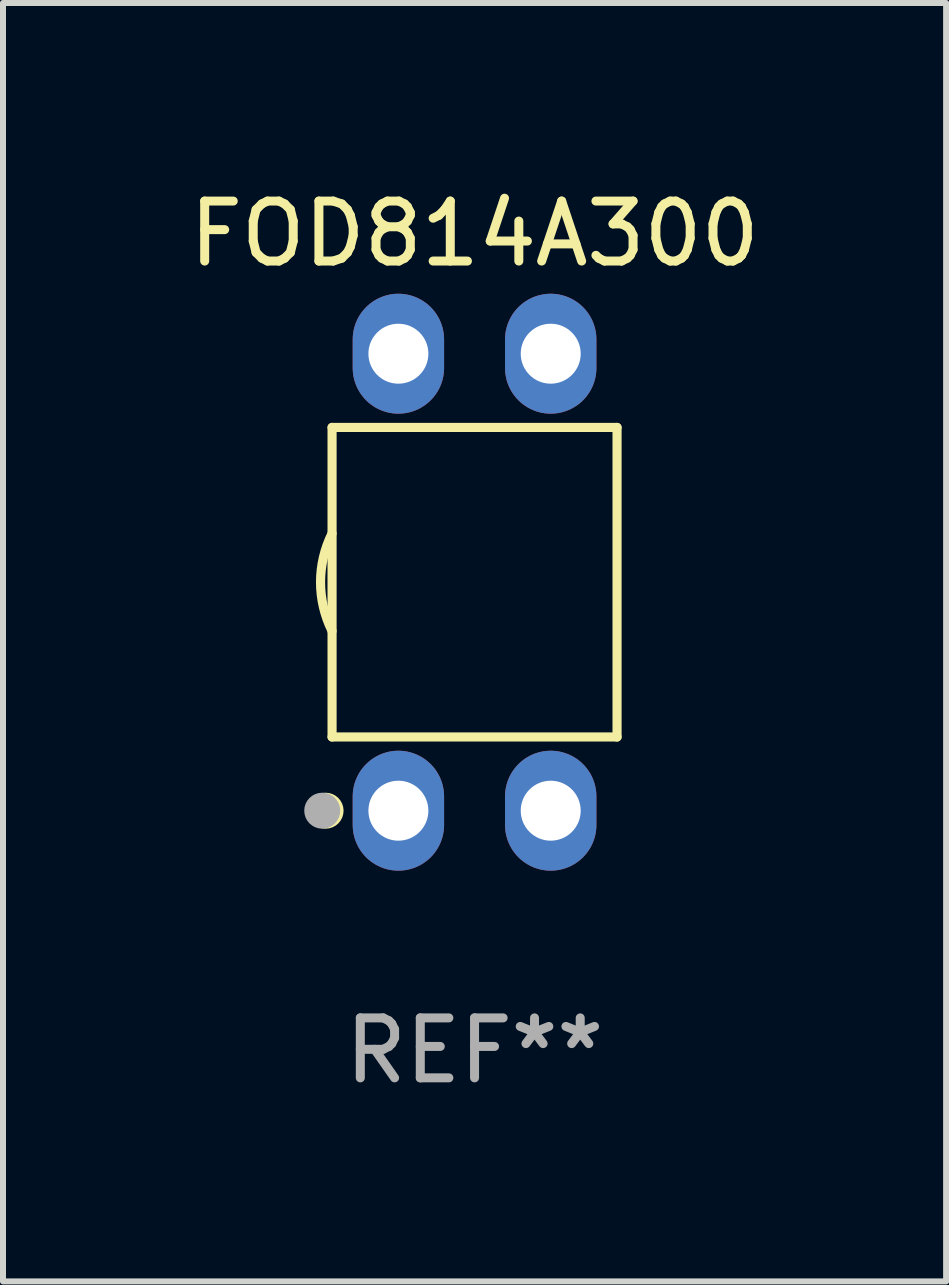
<source format=kicad_pcb>
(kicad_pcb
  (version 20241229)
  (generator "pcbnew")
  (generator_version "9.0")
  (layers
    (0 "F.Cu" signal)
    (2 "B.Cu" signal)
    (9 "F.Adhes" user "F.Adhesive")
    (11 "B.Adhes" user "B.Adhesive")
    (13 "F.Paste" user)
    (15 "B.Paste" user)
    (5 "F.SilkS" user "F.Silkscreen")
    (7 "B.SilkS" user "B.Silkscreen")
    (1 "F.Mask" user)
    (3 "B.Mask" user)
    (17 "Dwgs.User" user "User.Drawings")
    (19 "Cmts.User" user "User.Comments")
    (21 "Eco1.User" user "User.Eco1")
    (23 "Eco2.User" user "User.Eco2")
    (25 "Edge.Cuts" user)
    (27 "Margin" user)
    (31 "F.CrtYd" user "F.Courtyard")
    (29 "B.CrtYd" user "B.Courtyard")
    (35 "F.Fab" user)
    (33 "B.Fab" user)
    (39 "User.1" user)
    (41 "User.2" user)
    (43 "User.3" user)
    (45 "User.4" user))
  (footprint "FOD814A300"
    (layer "F.Cu")
    (at 4.863 6.658)
    (property "Reference" "FOD814A300" (at 0 -5.81 0) (layer "F.SilkS") (effects (font (size 1 1) (thickness 0.15))))
    (attr through_hole)
    (fp_line (start -2.376 -2.581) (end 2.376 -2.581) (stroke (width 0.152) (type solid)) (layer "F.SilkS"))
    (fp_line (start -2.376 2.581) (end -2.376 -2.581) (stroke (width 0.152) (type solid)) (layer "F.SilkS"))
    (fp_line (start 2.376 -2.581) (end 2.376 2.581) (stroke (width 0.152) (type solid)) (layer "F.SilkS"))
    (fp_line (start 2.376 2.581) (end -2.376 2.581) (stroke (width 0.152) (type solid)) (layer "F.SilkS"))
    (fp_arc (start -2.3762 0.812496) (mid -2.568004 0) (end -2.3762 -0.812497) (stroke (width 0.1524) (type solid)) (layer "F.SilkS"))
    (fp_circle (center -2.484 3.81) (end -2.334 3.81) (stroke (width 0.3) (type solid)) (fill no) (layer "F.SilkS"))
    (fp_circle (center -2.3 3.935) (end -2.27 3.935) (stroke (width 0.06) (type solid)) (fill no) (layer "F.SilkS"))
    (fp_circle (center -2.54 3.81) (end -2.39 3.81) (stroke (width 0.3) (type solid)) (fill no) (layer "F.Fab"))
    (fp_text user "REF**" (at 0 7.81 0) (layer "F.Fab") (effects (font (size 1 1) (thickness 0.15))))
    (pad "1" thru_hole oval (at -1.27 3.81) (size 1.524 2) (drill 1) (layers "*.Cu" "*.Mask"))
    (pad "2" thru_hole oval (at 1.27 3.81) (size 1.524 2) (drill 1) (layers "*.Cu" "*.Mask"))
    (pad "3" thru_hole oval (at 1.27 -3.81) (size 1.524 2) (drill 1) (layers "*.Cu" "*.Mask"))
    (pad "4" thru_hole oval (at -1.27 -3.81) (size 1.524 2) (drill 1) (layers "*.Cu" "*.Mask")))
  (gr_rect
    (start -3 -3)
    (end 12.726 18.317)
    (stroke (width 0.1) (type default))
    (fill no)
    (layer "Edge.Cuts")))
</source>
